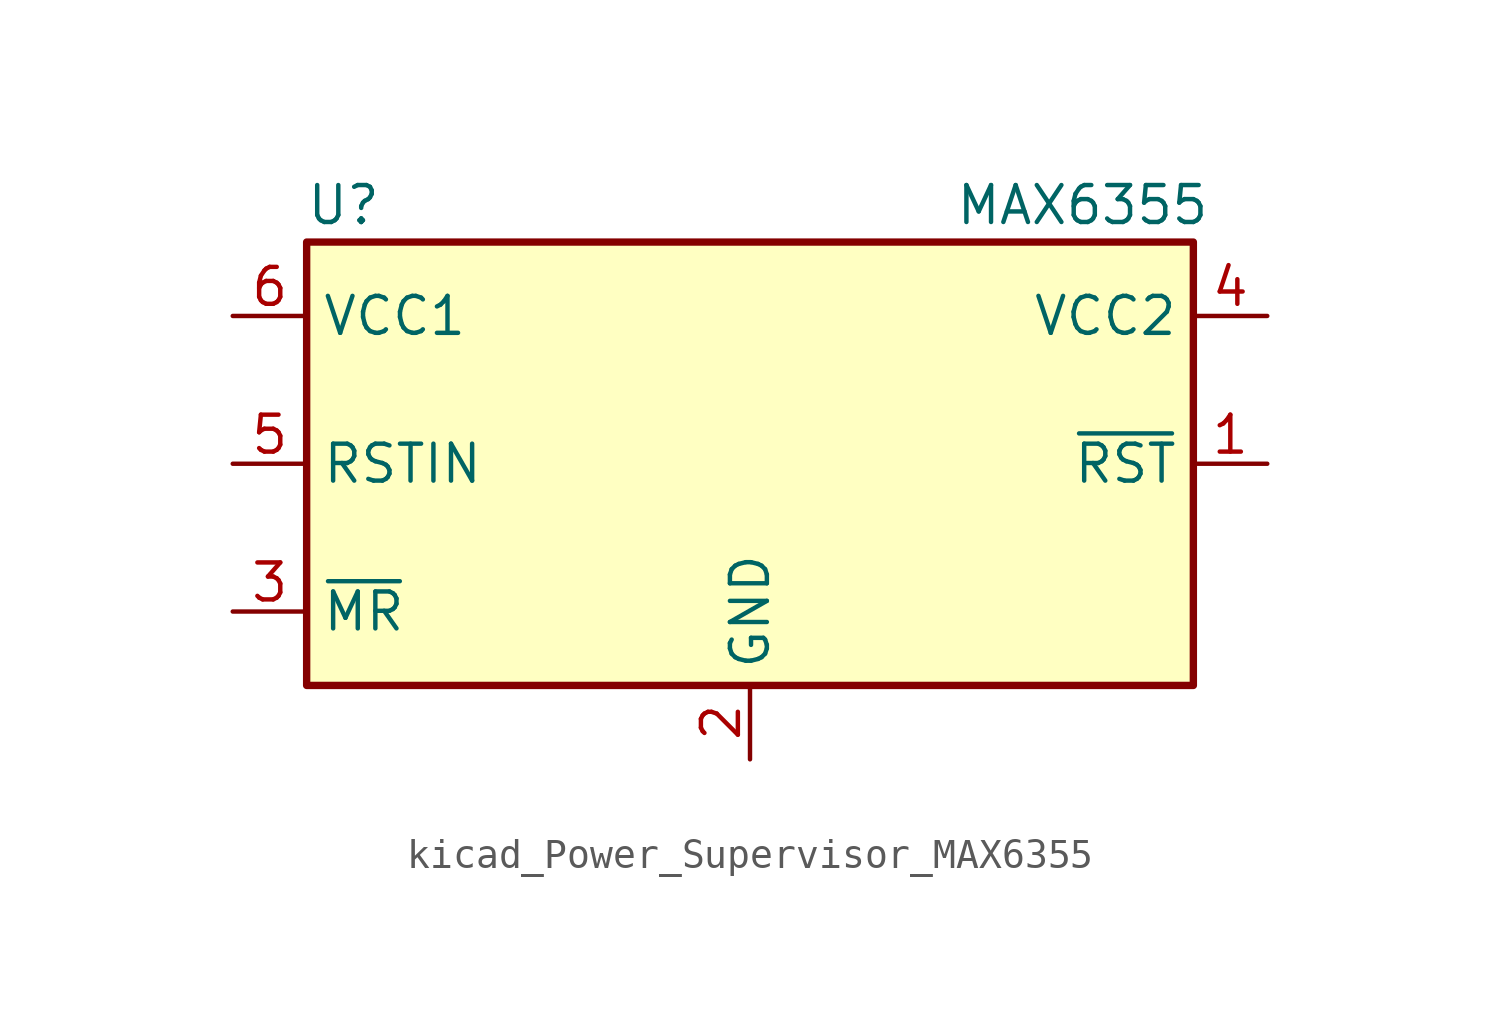
<source format=kicad_sym>
(kicad_symbol_lib
  (version 20220914)
  (generator kicad_symbol_editor)
  (symbol "kicad_Power_Supervisor_MAX6355"
    (property "Reference" "U"
      (at -13.97 8.89 0)
      (effects (font (size 1.27 1.27))))
    (property "Value" "MAX6355"
      (at 11.43 8.89 0)
      (effects (font (size 1.27 1.27))))
    (symbol "kicad_Power_Supervisor_MAX6355_0_1"
      (rectangle (start -15.24 7.62) (end 15.24 -7.62) (stroke (width 0.254) (type default)) (fill (type background))))
    (symbol "kicad_Power_Supervisor_MAX6355_1_1"
      (pin open_collector line (at 17.78 0 180) (length 2.54) (name "~{RST}" (effects (font (size 1.27 1.27)))) (number "1" (effects (font (size 1.27 1.27)))))
      (pin power_in line (at 0 -10.16 90) (length 2.54) (name "GND" (effects (font (size 1.27 1.27)))) (number "2" (effects (font (size 1.27 1.27)))))
      (pin input line (at -17.78 -5.08 0) (length 2.54) (name "~{MR}" (effects (font (size 1.27 1.27)))) (number "3" (effects (font (size 1.27 1.27)))))
      (pin power_in line (at 17.78 5.08 180) (length 2.54) (name "VCC2" (effects (font (size 1.27 1.27)))) (number "4" (effects (font (size 1.27 1.27)))))
      (pin input line (at -17.78 0 0) (length 2.54) (name "RSTIN" (effects (font (size 1.27 1.27)))) (number "5" (effects (font (size 1.27 1.27)))))
      (pin power_in line (at -17.78 5.08 0) (length 2.54) (name "VCC1" (effects (font (size 1.27 1.27)))) (number "6" (effects (font (size 1.27 1.27))))))))
</source>
